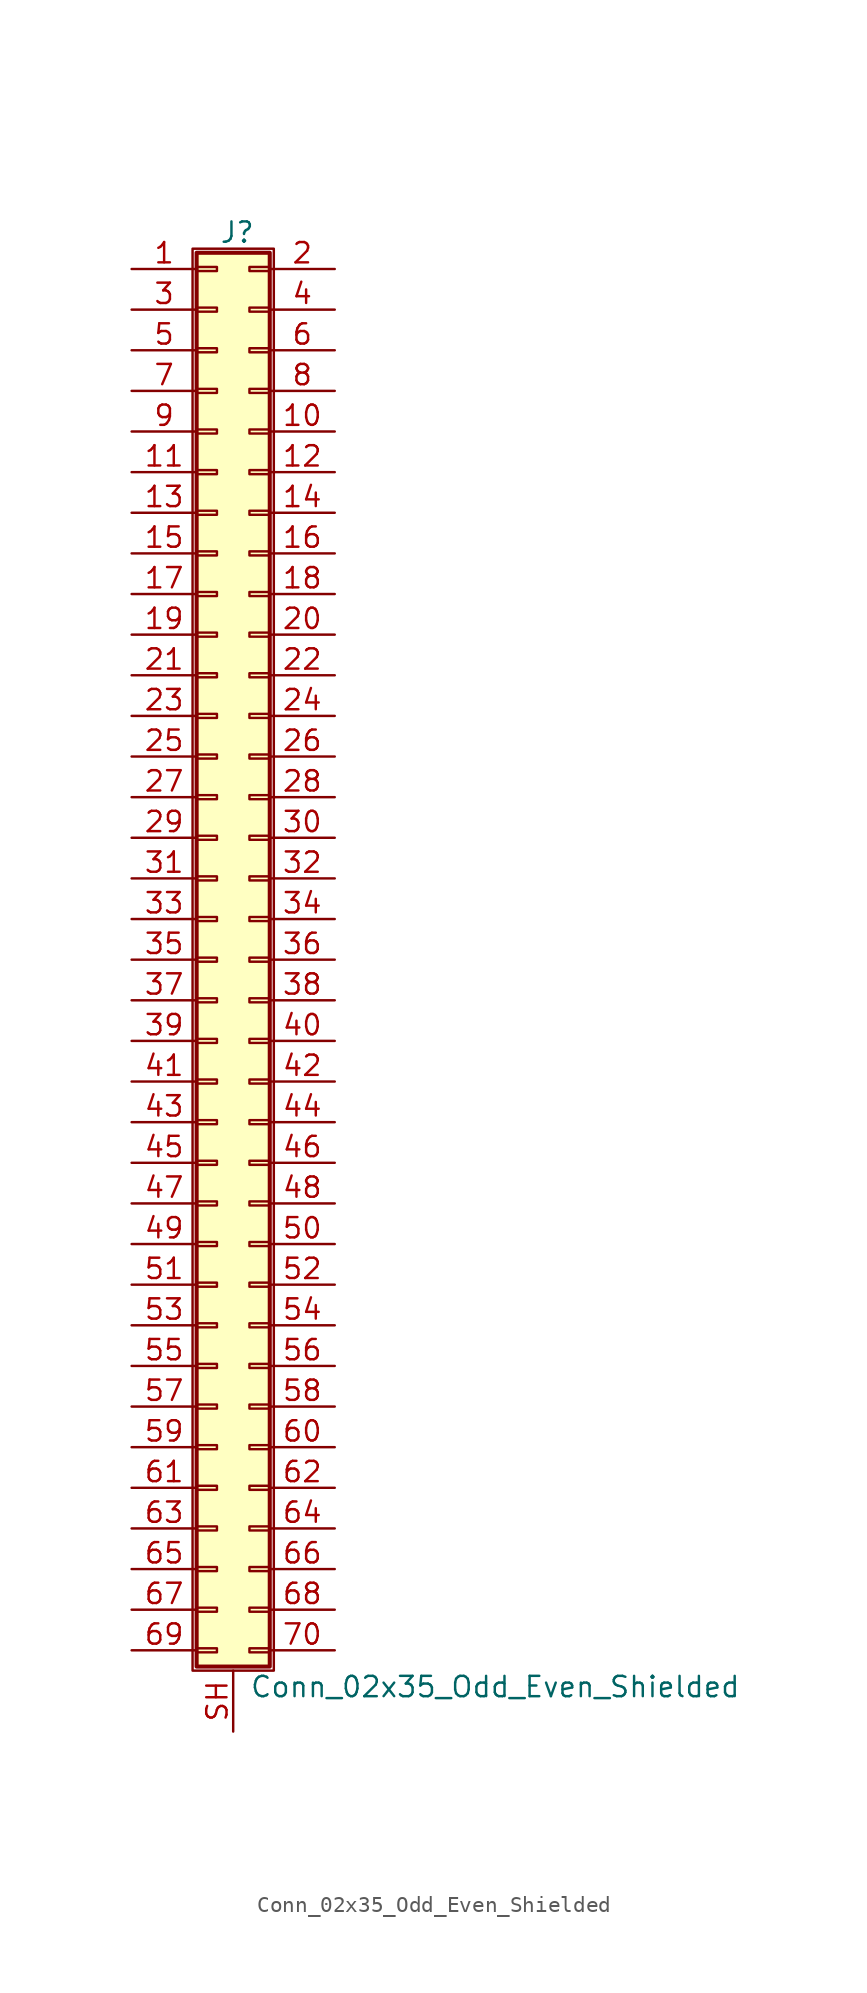
<source format=kicad_sym>
(kicad_symbol_lib
  (version 20201005)
  (generator kicad_symbol_editor)
  (symbol "Connector_Generic_Shielded:Conn_02x35_Odd_Even_Shielded"
    (pin_names
      (offset 1.016) hide)
    (property "Reference" "J"
      (at 1.524 45.466 0)
      (effects (font (size 1.27 1.27))))
    (property "Value" "Conn_02x35_Odd_Even_Shielded"
      (at 2.286 -45.466 0)
      (effects (font (size 1.27 1.27)) (justify left)))
    (symbol "Conn_02x35_Odd_Even_Shielded_1_1"
      (rectangle (start -1.016 -27.813) (end 0.254 -28.067) (stroke (width 0.152)) (fill (type none)))
      (rectangle (start -1.016 -30.353) (end 0.254 -30.607) (stroke (width 0.152)) (fill (type none)))
      (rectangle (start -1.016 -32.893) (end 0.254 -33.147) (stroke (width 0.152)) (fill (type none)))
      (rectangle (start -1.016 -35.433) (end 0.254 -35.687) (stroke (width 0.152)) (fill (type none)))
      (rectangle (start -1.016 -37.973) (end 0.254 -38.227) (stroke (width 0.152)) (fill (type none)))
      (rectangle (start -1.016 -40.513) (end 0.254 -40.767) (stroke (width 0.152)) (fill (type none)))
      (rectangle (start -1.016 -43.053) (end 0.254 -43.307) (stroke (width 0.152)) (fill (type none)))
      (rectangle (start -1.016 -4.953) (end 0.254 -5.207) (stroke (width 0.152)) (fill (type none)))
      (rectangle (start -1.016 -7.493) (end 0.254 -7.747) (stroke (width 0.152)) (fill (type none)))
      (rectangle (start -1.016 -10.033) (end 0.254 -10.287) (stroke (width 0.152)) (fill (type none)))
      (rectangle (start -1.016 -12.573) (end 0.254 -12.827) (stroke (width 0.152)) (fill (type none)))
      (rectangle (start -1.016 -15.113) (end 0.254 -15.367) (stroke (width 0.152)) (fill (type none)))
      (rectangle (start -1.016 -17.653) (end 0.254 -17.907) (stroke (width 0.152)) (fill (type none)))
      (rectangle (start -1.016 -20.193) (end 0.254 -20.447) (stroke (width 0.152)) (fill (type none)))
      (rectangle (start -1.016 -22.733) (end 0.254 -22.987) (stroke (width 0.152)) (fill (type none)))
      (rectangle (start -1.016 -2.413) (end 0.254 -2.667) (stroke (width 0.152)) (fill (type none)))
      (rectangle (start -1.016 -25.273) (end 0.254 -25.527) (stroke (width 0.152)) (fill (type none)))
      (rectangle (start -1.016 25.527) (end 0.254 25.273) (stroke (width 0.152)) (fill (type none)))
      (rectangle (start -1.016 2.667) (end 0.254 2.413) (stroke (width 0.152)) (fill (type none)))
      (rectangle (start -1.016 28.067) (end 0.254 27.813) (stroke (width 0.152)) (fill (type none)))
      (rectangle (start -1.016 30.607) (end 0.254 30.353) (stroke (width 0.152)) (fill (type none)))
      (rectangle (start -1.016 33.147) (end 0.254 32.893) (stroke (width 0.152)) (fill (type none)))
      (rectangle (start -1.016 35.687) (end 0.254 35.433) (stroke (width 0.152)) (fill (type none)))
      (rectangle (start -1.016 38.227) (end 0.254 37.973) (stroke (width 0.152)) (fill (type none)))
      (rectangle (start -1.016 40.767) (end 0.254 40.513) (stroke (width 0.152)) (fill (type none)))
      (rectangle (start -1.016 43.307) (end 0.254 43.053) (stroke (width 0.152)) (fill (type none)))
      (rectangle (start -1.016 44.196) (end 3.556 -44.196) (stroke (width 0.254)) (fill (type background)))
      (rectangle (start -1.016 5.207) (end 0.254 4.953) (stroke (width 0.152)) (fill (type none)))
      (rectangle (start -1.016 7.747) (end 0.254 7.493) (stroke (width 0.152)) (fill (type none)))
      (rectangle (start -1.016 10.287) (end 0.254 10.033) (stroke (width 0.152)) (fill (type none)))
      (rectangle (start -1.016 0.127) (end 0.254 -0.127) (stroke (width 0.152)) (fill (type none)))
      (rectangle (start -1.016 12.827) (end 0.254 12.573) (stroke (width 0.152)) (fill (type none)))
      (rectangle (start -1.016 15.367) (end 0.254 15.113) (stroke (width 0.152)) (fill (type none)))
      (rectangle (start -1.016 17.907) (end 0.254 17.653) (stroke (width 0.152)) (fill (type none)))
      (rectangle (start -1.016 20.447) (end 0.254 20.193) (stroke (width 0.152)) (fill (type none)))
      (rectangle (start -1.016 22.987) (end 0.254 22.733) (stroke (width 0.152)) (fill (type none)))
      (rectangle (start -1.27 44.45) (end 3.81 -44.45) (stroke (width 0.152)) (fill (type none)))
      (rectangle (start 3.556 -27.813) (end 2.286 -28.067) (stroke (width 0.152)) (fill (type none)))
      (rectangle (start 3.556 -30.353) (end 2.286 -30.607) (stroke (width 0.152)) (fill (type none)))
      (rectangle (start 3.556 -32.893) (end 2.286 -33.147) (stroke (width 0.152)) (fill (type none)))
      (rectangle (start 3.556 -35.433) (end 2.286 -35.687) (stroke (width 0.152)) (fill (type none)))
      (rectangle (start 3.556 -37.973) (end 2.286 -38.227) (stroke (width 0.152)) (fill (type none)))
      (rectangle (start 3.556 -40.513) (end 2.286 -40.767) (stroke (width 0.152)) (fill (type none)))
      (rectangle (start 3.556 -43.053) (end 2.286 -43.307) (stroke (width 0.152)) (fill (type none)))
      (rectangle (start 3.556 -4.953) (end 2.286 -5.207) (stroke (width 0.152)) (fill (type none)))
      (rectangle (start 3.556 -7.493) (end 2.286 -7.747) (stroke (width 0.152)) (fill (type none)))
      (rectangle (start 3.556 -10.033) (end 2.286 -10.287) (stroke (width 0.152)) (fill (type none)))
      (rectangle (start 3.556 -12.573) (end 2.286 -12.827) (stroke (width 0.152)) (fill (type none)))
      (rectangle (start 3.556 -15.113) (end 2.286 -15.367) (stroke (width 0.152)) (fill (type none)))
      (rectangle (start 3.556 -17.653) (end 2.286 -17.907) (stroke (width 0.152)) (fill (type none)))
      (rectangle (start 3.556 -20.193) (end 2.286 -20.447) (stroke (width 0.152)) (fill (type none)))
      (rectangle (start 3.556 -22.733) (end 2.286 -22.987) (stroke (width 0.152)) (fill (type none)))
      (rectangle (start 3.556 -2.413) (end 2.286 -2.667) (stroke (width 0.152)) (fill (type none)))
      (rectangle (start 3.556 -25.273) (end 2.286 -25.527) (stroke (width 0.152)) (fill (type none)))
      (rectangle (start 3.556 25.527) (end 2.286 25.273) (stroke (width 0.152)) (fill (type none)))
      (rectangle (start 3.556 2.667) (end 2.286 2.413) (stroke (width 0.152)) (fill (type none)))
      (rectangle (start 3.556 28.067) (end 2.286 27.813) (stroke (width 0.152)) (fill (type none)))
      (rectangle (start 3.556 30.607) (end 2.286 30.353) (stroke (width 0.152)) (fill (type none)))
      (rectangle (start 3.556 33.147) (end 2.286 32.893) (stroke (width 0.152)) (fill (type none)))
      (rectangle (start 3.556 35.687) (end 2.286 35.433) (stroke (width 0.152)) (fill (type none)))
      (rectangle (start 3.556 38.227) (end 2.286 37.973) (stroke (width 0.152)) (fill (type none)))
      (rectangle (start 3.556 40.767) (end 2.286 40.513) (stroke (width 0.152)) (fill (type none)))
      (rectangle (start 3.556 43.307) (end 2.286 43.053) (stroke (width 0.152)) (fill (type none)))
      (rectangle (start 3.556 5.207) (end 2.286 4.953) (stroke (width 0.152)) (fill (type none)))
      (rectangle (start 3.556 7.747) (end 2.286 7.493) (stroke (width 0.152)) (fill (type none)))
      (rectangle (start 3.556 10.287) (end 2.286 10.033) (stroke (width 0.152)) (fill (type none)))
      (rectangle (start 3.556 0.127) (end 2.286 -0.127) (stroke (width 0.152)) (fill (type none)))
      (rectangle (start 3.556 12.827) (end 2.286 12.573) (stroke (width 0.152)) (fill (type none)))
      (rectangle (start 3.556 15.367) (end 2.286 15.113) (stroke (width 0.152)) (fill (type none)))
      (rectangle (start 3.556 17.907) (end 2.286 17.653) (stroke (width 0.152)) (fill (type none)))
      (rectangle (start 3.556 20.447) (end 2.286 20.193) (stroke (width 0.152)) (fill (type none)))
      (rectangle (start 3.556 22.987) (end 2.286 22.733) (stroke (width 0.152)) (fill (type none)))
      (pin passive line (at -5.08 43.18 0) (length 4.064) (name "Pin_1" (effects (font (size 1.27 1.27)))) (number "1" (effects (font (size 1.27 1.27)))))
      (pin passive line (at 7.62 33.02 180) (length 4.064) (name "Pin_10" (effects (font (size 1.27 1.27)))) (number "10" (effects (font (size 1.27 1.27)))))
      (pin passive line (at -5.08 30.48 0) (length 4.064) (name "Pin_11" (effects (font (size 1.27 1.27)))) (number "11" (effects (font (size 1.27 1.27)))))
      (pin passive line (at 7.62 30.48 180) (length 4.064) (name "Pin_12" (effects (font (size 1.27 1.27)))) (number "12" (effects (font (size 1.27 1.27)))))
      (pin passive line (at -5.08 27.94 0) (length 4.064) (name "Pin_13" (effects (font (size 1.27 1.27)))) (number "13" (effects (font (size 1.27 1.27)))))
      (pin passive line (at 7.62 27.94 180) (length 4.064) (name "Pin_14" (effects (font (size 1.27 1.27)))) (number "14" (effects (font (size 1.27 1.27)))))
      (pin passive line (at -5.08 25.4 0) (length 4.064) (name "Pin_15" (effects (font (size 1.27 1.27)))) (number "15" (effects (font (size 1.27 1.27)))))
      (pin passive line (at 7.62 25.4 180) (length 4.064) (name "Pin_16" (effects (font (size 1.27 1.27)))) (number "16" (effects (font (size 1.27 1.27)))))
      (pin passive line (at -5.08 22.86 0) (length 4.064) (name "Pin_17" (effects (font (size 1.27 1.27)))) (number "17" (effects (font (size 1.27 1.27)))))
      (pin passive line (at 7.62 22.86 180) (length 4.064) (name "Pin_18" (effects (font (size 1.27 1.27)))) (number "18" (effects (font (size 1.27 1.27)))))
      (pin passive line (at -5.08 20.32 0) (length 4.064) (name "Pin_19" (effects (font (size 1.27 1.27)))) (number "19" (effects (font (size 1.27 1.27)))))
      (pin passive line (at 7.62 43.18 180) (length 4.064) (name "Pin_2" (effects (font (size 1.27 1.27)))) (number "2" (effects (font (size 1.27 1.27)))))
      (pin passive line (at 7.62 20.32 180) (length 4.064) (name "Pin_20" (effects (font (size 1.27 1.27)))) (number "20" (effects (font (size 1.27 1.27)))))
      (pin passive line (at -5.08 17.78 0) (length 4.064) (name "Pin_21" (effects (font (size 1.27 1.27)))) (number "21" (effects (font (size 1.27 1.27)))))
      (pin passive line (at 7.62 17.78 180) (length 4.064) (name "Pin_22" (effects (font (size 1.27 1.27)))) (number "22" (effects (font (size 1.27 1.27)))))
      (pin passive line (at -5.08 15.24 0) (length 4.064) (name "Pin_23" (effects (font (size 1.27 1.27)))) (number "23" (effects (font (size 1.27 1.27)))))
      (pin passive line (at 7.62 15.24 180) (length 4.064) (name "Pin_24" (effects (font (size 1.27 1.27)))) (number "24" (effects (font (size 1.27 1.27)))))
      (pin passive line (at -5.08 12.7 0) (length 4.064) (name "Pin_25" (effects (font (size 1.27 1.27)))) (number "25" (effects (font (size 1.27 1.27)))))
      (pin passive line (at 7.62 12.7 180) (length 4.064) (name "Pin_26" (effects (font (size 1.27 1.27)))) (number "26" (effects (font (size 1.27 1.27)))))
      (pin passive line (at -5.08 10.16 0) (length 4.064) (name "Pin_27" (effects (font (size 1.27 1.27)))) (number "27" (effects (font (size 1.27 1.27)))))
      (pin passive line (at 7.62 10.16 180) (length 4.064) (name "Pin_28" (effects (font (size 1.27 1.27)))) (number "28" (effects (font (size 1.27 1.27)))))
      (pin passive line (at -5.08 7.62 0) (length 4.064) (name "Pin_29" (effects (font (size 1.27 1.27)))) (number "29" (effects (font (size 1.27 1.27)))))
      (pin passive line (at -5.08 40.64 0) (length 4.064) (name "Pin_3" (effects (font (size 1.27 1.27)))) (number "3" (effects (font (size 1.27 1.27)))))
      (pin passive line (at 7.62 7.62 180) (length 4.064) (name "Pin_30" (effects (font (size 1.27 1.27)))) (number "30" (effects (font (size 1.27 1.27)))))
      (pin passive line (at -5.08 5.08 0) (length 4.064) (name "Pin_31" (effects (font (size 1.27 1.27)))) (number "31" (effects (font (size 1.27 1.27)))))
      (pin passive line (at 7.62 5.08 180) (length 4.064) (name "Pin_32" (effects (font (size 1.27 1.27)))) (number "32" (effects (font (size 1.27 1.27)))))
      (pin passive line (at -5.08 2.54 0) (length 4.064) (name "Pin_33" (effects (font (size 1.27 1.27)))) (number "33" (effects (font (size 1.27 1.27)))))
      (pin passive line (at 7.62 2.54 180) (length 4.064) (name "Pin_34" (effects (font (size 1.27 1.27)))) (number "34" (effects (font (size 1.27 1.27)))))
      (pin passive line (at -5.08 0 0) (length 4.064) (name "Pin_35" (effects (font (size 1.27 1.27)))) (number "35" (effects (font (size 1.27 1.27)))))
      (pin passive line (at 7.62 0 180) (length 4.064) (name "Pin_36" (effects (font (size 1.27 1.27)))) (number "36" (effects (font (size 1.27 1.27)))))
      (pin passive line (at -5.08 -2.54 0) (length 4.064) (name "Pin_37" (effects (font (size 1.27 1.27)))) (number "37" (effects (font (size 1.27 1.27)))))
      (pin passive line (at 7.62 -2.54 180) (length 4.064) (name "Pin_38" (effects (font (size 1.27 1.27)))) (number "38" (effects (font (size 1.27 1.27)))))
      (pin passive line (at -5.08 -5.08 0) (length 4.064) (name "Pin_39" (effects (font (size 1.27 1.27)))) (number "39" (effects (font (size 1.27 1.27)))))
      (pin passive line (at 7.62 40.64 180) (length 4.064) (name "Pin_4" (effects (font (size 1.27 1.27)))) (number "4" (effects (font (size 1.27 1.27)))))
      (pin passive line (at 7.62 -5.08 180) (length 4.064) (name "Pin_40" (effects (font (size 1.27 1.27)))) (number "40" (effects (font (size 1.27 1.27)))))
      (pin passive line (at -5.08 -7.62 0) (length 4.064) (name "Pin_41" (effects (font (size 1.27 1.27)))) (number "41" (effects (font (size 1.27 1.27)))))
      (pin passive line (at 7.62 -7.62 180) (length 4.064) (name "Pin_42" (effects (font (size 1.27 1.27)))) (number "42" (effects (font (size 1.27 1.27)))))
      (pin passive line (at -5.08 -10.16 0) (length 4.064) (name "Pin_43" (effects (font (size 1.27 1.27)))) (number "43" (effects (font (size 1.27 1.27)))))
      (pin passive line (at 7.62 -10.16 180) (length 4.064) (name "Pin_44" (effects (font (size 1.27 1.27)))) (number "44" (effects (font (size 1.27 1.27)))))
      (pin passive line (at -5.08 -12.7 0) (length 4.064) (name "Pin_45" (effects (font (size 1.27 1.27)))) (number "45" (effects (font (size 1.27 1.27)))))
      (pin passive line (at 7.62 -12.7 180) (length 4.064) (name "Pin_46" (effects (font (size 1.27 1.27)))) (number "46" (effects (font (size 1.27 1.27)))))
      (pin passive line (at -5.08 -15.24 0) (length 4.064) (name "Pin_47" (effects (font (size 1.27 1.27)))) (number "47" (effects (font (size 1.27 1.27)))))
      (pin passive line (at 7.62 -15.24 180) (length 4.064) (name "Pin_48" (effects (font (size 1.27 1.27)))) (number "48" (effects (font (size 1.27 1.27)))))
      (pin passive line (at -5.08 -17.78 0) (length 4.064) (name "Pin_49" (effects (font (size 1.27 1.27)))) (number "49" (effects (font (size 1.27 1.27)))))
      (pin passive line (at -5.08 38.1 0) (length 4.064) (name "Pin_5" (effects (font (size 1.27 1.27)))) (number "5" (effects (font (size 1.27 1.27)))))
      (pin passive line (at 7.62 -17.78 180) (length 4.064) (name "Pin_50" (effects (font (size 1.27 1.27)))) (number "50" (effects (font (size 1.27 1.27)))))
      (pin passive line (at -5.08 -20.32 0) (length 4.064) (name "Pin_51" (effects (font (size 1.27 1.27)))) (number "51" (effects (font (size 1.27 1.27)))))
      (pin passive line (at 7.62 -20.32 180) (length 4.064) (name "Pin_52" (effects (font (size 1.27 1.27)))) (number "52" (effects (font (size 1.27 1.27)))))
      (pin passive line (at -5.08 -22.86 0) (length 4.064) (name "Pin_53" (effects (font (size 1.27 1.27)))) (number "53" (effects (font (size 1.27 1.27)))))
      (pin passive line (at 7.62 -22.86 180) (length 4.064) (name "Pin_54" (effects (font (size 1.27 1.27)))) (number "54" (effects (font (size 1.27 1.27)))))
      (pin passive line (at -5.08 -25.4 0) (length 4.064) (name "Pin_55" (effects (font (size 1.27 1.27)))) (number "55" (effects (font (size 1.27 1.27)))))
      (pin passive line (at 7.62 -25.4 180) (length 4.064) (name "Pin_56" (effects (font (size 1.27 1.27)))) (number "56" (effects (font (size 1.27 1.27)))))
      (pin passive line (at -5.08 -27.94 0) (length 4.064) (name "Pin_57" (effects (font (size 1.27 1.27)))) (number "57" (effects (font (size 1.27 1.27)))))
      (pin passive line (at 7.62 -27.94 180) (length 4.064) (name "Pin_58" (effects (font (size 1.27 1.27)))) (number "58" (effects (font (size 1.27 1.27)))))
      (pin passive line (at -5.08 -30.48 0) (length 4.064) (name "Pin_59" (effects (font (size 1.27 1.27)))) (number "59" (effects (font (size 1.27 1.27)))))
      (pin passive line (at 7.62 38.1 180) (length 4.064) (name "Pin_6" (effects (font (size 1.27 1.27)))) (number "6" (effects (font (size 1.27 1.27)))))
      (pin passive line (at 7.62 -30.48 180) (length 4.064) (name "Pin_60" (effects (font (size 1.27 1.27)))) (number "60" (effects (font (size 1.27 1.27)))))
      (pin passive line (at -5.08 -33.02 0) (length 4.064) (name "Pin_61" (effects (font (size 1.27 1.27)))) (number "61" (effects (font (size 1.27 1.27)))))
      (pin passive line (at 7.62 -33.02 180) (length 4.064) (name "Pin_62" (effects (font (size 1.27 1.27)))) (number "62" (effects (font (size 1.27 1.27)))))
      (pin passive line (at -5.08 -35.56 0) (length 4.064) (name "Pin_63" (effects (font (size 1.27 1.27)))) (number "63" (effects (font (size 1.27 1.27)))))
      (pin passive line (at 7.62 -35.56 180) (length 4.064) (name "Pin_64" (effects (font (size 1.27 1.27)))) (number "64" (effects (font (size 1.27 1.27)))))
      (pin passive line (at -5.08 -38.1 0) (length 4.064) (name "Pin_65" (effects (font (size 1.27 1.27)))) (number "65" (effects (font (size 1.27 1.27)))))
      (pin passive line (at 7.62 -38.1 180) (length 4.064) (name "Pin_66" (effects (font (size 1.27 1.27)))) (number "66" (effects (font (size 1.27 1.27)))))
      (pin passive line (at -5.08 -40.64 0) (length 4.064) (name "Pin_67" (effects (font (size 1.27 1.27)))) (number "67" (effects (font (size 1.27 1.27)))))
      (pin passive line (at 7.62 -40.64 180) (length 4.064) (name "Pin_68" (effects (font (size 1.27 1.27)))) (number "68" (effects (font (size 1.27 1.27)))))
      (pin passive line (at -5.08 -43.18 0) (length 4.064) (name "Pin_69" (effects (font (size 1.27 1.27)))) (number "69" (effects (font (size 1.27 1.27)))))
      (pin passive line (at -5.08 35.56 0) (length 4.064) (name "Pin_7" (effects (font (size 1.27 1.27)))) (number "7" (effects (font (size 1.27 1.27)))))
      (pin passive line (at 7.62 -43.18 180) (length 4.064) (name "Pin_70" (effects (font (size 1.27 1.27)))) (number "70" (effects (font (size 1.27 1.27)))))
      (pin passive line (at 7.62 35.56 180) (length 4.064) (name "Pin_8" (effects (font (size 1.27 1.27)))) (number "8" (effects (font (size 1.27 1.27)))))
      (pin passive line (at -5.08 33.02 0) (length 4.064) (name "Pin_9" (effects (font (size 1.27 1.27)))) (number "9" (effects (font (size 1.27 1.27)))))
      (pin passive line (at 1.27 -48.26 90) (length 3.81) (name "Shield" (effects (font (size 1.27 1.27)))) (number "SH" (effects (font (size 1.27 1.27))))))))
</source>
